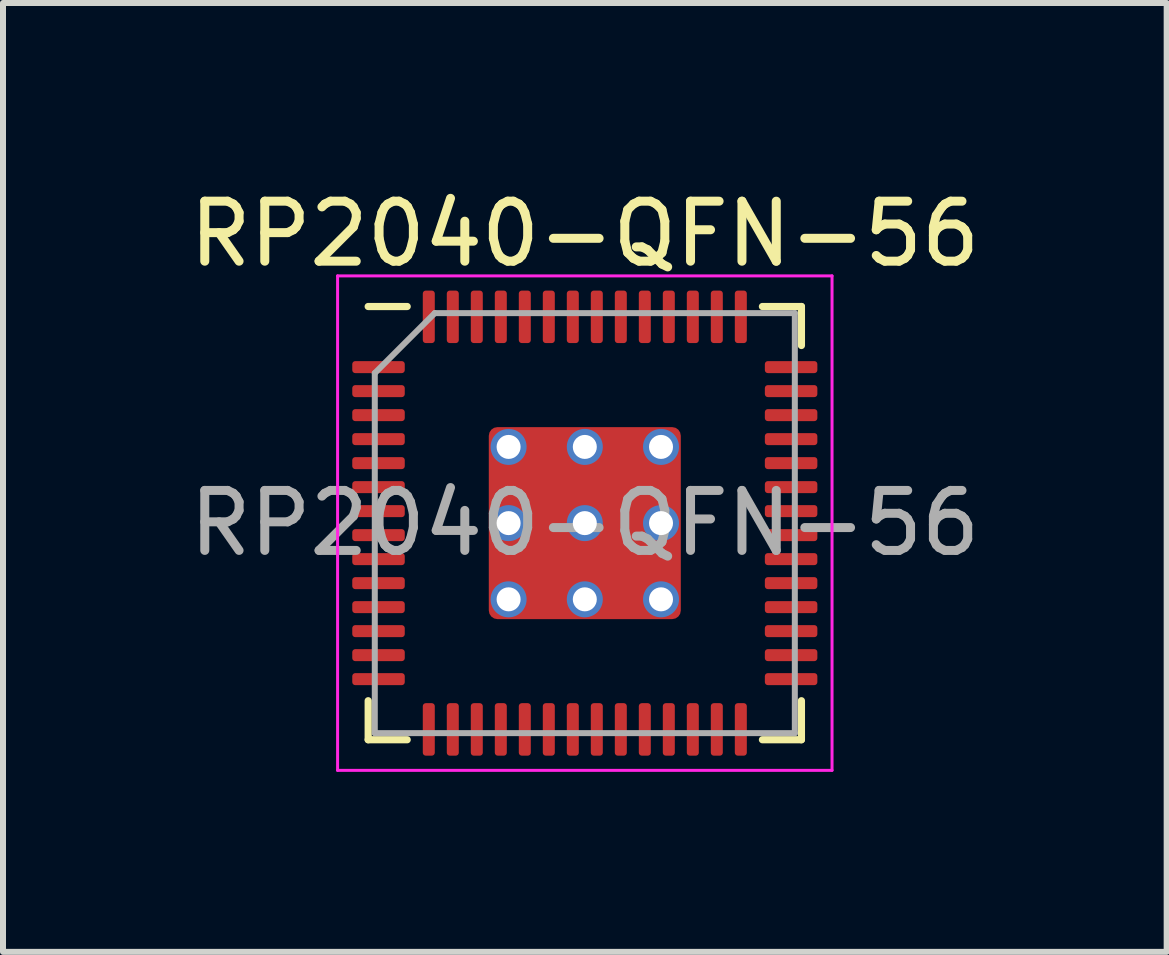
<source format=kicad_pcb>
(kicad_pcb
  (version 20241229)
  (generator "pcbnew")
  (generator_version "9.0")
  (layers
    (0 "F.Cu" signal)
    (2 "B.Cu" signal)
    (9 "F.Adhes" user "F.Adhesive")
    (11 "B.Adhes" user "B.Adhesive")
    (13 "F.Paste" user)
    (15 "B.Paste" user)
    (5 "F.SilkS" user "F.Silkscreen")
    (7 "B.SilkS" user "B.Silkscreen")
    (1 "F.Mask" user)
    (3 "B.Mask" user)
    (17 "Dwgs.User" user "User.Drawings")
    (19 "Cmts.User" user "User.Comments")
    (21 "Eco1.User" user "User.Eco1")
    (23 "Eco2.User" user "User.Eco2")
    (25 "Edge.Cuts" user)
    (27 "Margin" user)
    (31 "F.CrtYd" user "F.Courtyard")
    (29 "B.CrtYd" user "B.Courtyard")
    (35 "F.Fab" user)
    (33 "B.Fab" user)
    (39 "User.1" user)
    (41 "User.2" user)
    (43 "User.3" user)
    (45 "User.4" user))
  (footprint "RP2040-QFN-56"
    (layer "F.Cu")
    (at 6.696 5.668)
    (property "Reference" "RP2040-QFN-56" (at 0 -4.82 0) (layer "F.SilkS") (effects (font (size 1 1) (thickness 0.15))))
    (attr smd)
    (fp_line (start -3.61 3.61) (end -3.61 2.96) (stroke (width 0.12) (type solid)) (layer "F.SilkS"))
    (fp_line (start -2.96 -3.61) (end -3.61 -3.61) (stroke (width 0.12) (type solid)) (layer "F.SilkS"))
    (fp_line (start -2.96 3.61) (end -3.61 3.61) (stroke (width 0.12) (type solid)) (layer "F.SilkS"))
    (fp_line (start 2.96 -3.61) (end 3.61 -3.61) (stroke (width 0.12) (type solid)) (layer "F.SilkS"))
    (fp_line (start 2.96 3.61) (end 3.61 3.61) (stroke (width 0.12) (type solid)) (layer "F.SilkS"))
    (fp_line (start 3.61 -3.61) (end 3.61 -2.96) (stroke (width 0.12) (type solid)) (layer "F.SilkS"))
    (fp_line (start 3.61 3.61) (end 3.61 2.96) (stroke (width 0.12) (type solid)) (layer "F.SilkS"))
    (fp_line (start -4.12 -4.12) (end -4.12 4.12) (stroke (width 0.05) (type solid)) (layer "F.CrtYd"))
    (fp_line (start -4.12 4.12) (end 4.12 4.12) (stroke (width 0.05) (type solid)) (layer "F.CrtYd"))
    (fp_line (start 4.12 -4.12) (end -4.12 -4.12) (stroke (width 0.05) (type solid)) (layer "F.CrtYd"))
    (fp_line (start 4.12 4.12) (end 4.12 -4.12) (stroke (width 0.05) (type solid)) (layer "F.CrtYd"))
    (fp_line (start -3.5 -2.5) (end -2.5 -3.5) (stroke (width 0.1) (type solid)) (layer "F.Fab"))
    (fp_line (start -3.5 3.5) (end -3.5 -2.5) (stroke (width 0.1) (type solid)) (layer "F.Fab"))
    (fp_line (start -2.5 -3.5) (end 3.5 -3.5) (stroke (width 0.1) (type solid)) (layer "F.Fab"))
    (fp_line (start 3.5 -3.5) (end 3.5 3.5) (stroke (width 0.1) (type solid)) (layer "F.Fab"))
    (fp_line (start 3.5 3.5) (end -3.5 3.5) (stroke (width 0.1) (type solid)) (layer "F.Fab"))
    (fp_text user "${REFERENCE}" (at 0 0 0) (layer "F.Fab") (effects (font (size 1 1) (thickness 0.15))))
    (pad "" smd roundrect (at -0.637 -0.637) (size 1.084 1.084) (layers "F.Paste") (roundrect_rratio 0.231))
    (pad "" smd roundrect (at -0.637 0.637) (size 1.084 1.084) (layers "F.Paste") (roundrect_rratio 0.231))
    (pad "" smd roundrect (at 0.637 -0.637) (size 1.084 1.084) (layers "F.Paste") (roundrect_rratio 0.231))
    (pad "" smd roundrect (at 0.637 0.637) (size 1.084 1.084) (layers "F.Paste") (roundrect_rratio 0.231))
    (pad "1" smd roundrect (at -3.438 -2.6) (size 0.875 0.2) (layers "F.Cu" "F.Mask" "F.Paste") (roundrect_rratio 0.25))
    (pad "2" smd roundrect (at -3.438 -2.2) (size 0.875 0.2) (layers "F.Cu" "F.Mask" "F.Paste") (roundrect_rratio 0.25))
    (pad "3" smd roundrect (at -3.438 -1.8) (size 0.875 0.2) (layers "F.Cu" "F.Mask" "F.Paste") (roundrect_rratio 0.25))
    (pad "4" smd roundrect (at -3.438 -1.4) (size 0.875 0.2) (layers "F.Cu" "F.Mask" "F.Paste") (roundrect_rratio 0.25))
    (pad "5" smd roundrect (at -3.438 -1) (size 0.875 0.2) (layers "F.Cu" "F.Mask" "F.Paste") (roundrect_rratio 0.25))
    (pad "6" smd roundrect (at -3.438 -0.6) (size 0.875 0.2) (layers "F.Cu" "F.Mask" "F.Paste") (roundrect_rratio 0.25))
    (pad "7" smd roundrect (at -3.438 -0.2) (size 0.875 0.2) (layers "F.Cu" "F.Mask" "F.Paste") (roundrect_rratio 0.25))
    (pad "8" smd roundrect (at -3.438 0.2) (size 0.875 0.2) (layers "F.Cu" "F.Mask" "F.Paste") (roundrect_rratio 0.25))
    (pad "9" smd roundrect (at -3.438 0.6) (size 0.875 0.2) (layers "F.Cu" "F.Mask" "F.Paste") (roundrect_rratio 0.25))
    (pad "10" smd roundrect (at -3.438 1) (size 0.875 0.2) (layers "F.Cu" "F.Mask" "F.Paste") (roundrect_rratio 0.25))
    (pad "11" smd roundrect (at -3.438 1.4) (size 0.875 0.2) (layers "F.Cu" "F.Mask" "F.Paste") (roundrect_rratio 0.25))
    (pad "12" smd roundrect (at -3.438 1.8) (size 0.875 0.2) (layers "F.Cu" "F.Mask" "F.Paste") (roundrect_rratio 0.25))
    (pad "13" smd roundrect (at -3.438 2.2) (size 0.875 0.2) (layers "F.Cu" "F.Mask" "F.Paste") (roundrect_rratio 0.25))
    (pad "14" smd roundrect (at -3.438 2.6) (size 0.875 0.2) (layers "F.Cu" "F.Mask" "F.Paste") (roundrect_rratio 0.25))
    (pad "15" smd roundrect (at -2.6 3.438) (size 0.2 0.875) (layers "F.Cu" "F.Mask" "F.Paste") (roundrect_rratio 0.25))
    (pad "16" smd roundrect (at -2.2 3.438) (size 0.2 0.875) (layers "F.Cu" "F.Mask" "F.Paste") (roundrect_rratio 0.25))
    (pad "17" smd roundrect (at -1.8 3.438) (size 0.2 0.875) (layers "F.Cu" "F.Mask" "F.Paste") (roundrect_rratio 0.25))
    (pad "18" smd roundrect (at -1.4 3.438) (size 0.2 0.875) (layers "F.Cu" "F.Mask" "F.Paste") (roundrect_rratio 0.25))
    (pad "19" smd roundrect (at -1 3.438) (size 0.2 0.875) (layers "F.Cu" "F.Mask" "F.Paste") (roundrect_rratio 0.25))
    (pad "20" smd roundrect (at -0.6 3.438) (size 0.2 0.875) (layers "F.Cu" "F.Mask" "F.Paste") (roundrect_rratio 0.25))
    (pad "21" smd roundrect (at -0.2 3.438) (size 0.2 0.875) (layers "F.Cu" "F.Mask" "F.Paste") (roundrect_rratio 0.25))
    (pad "22" smd roundrect (at 0.2 3.438) (size 0.2 0.875) (layers "F.Cu" "F.Mask" "F.Paste") (roundrect_rratio 0.25))
    (pad "23" smd roundrect (at 0.6 3.438) (size 0.2 0.875) (layers "F.Cu" "F.Mask" "F.Paste") (roundrect_rratio 0.25))
    (pad "24" smd roundrect (at 1 3.438) (size 0.2 0.875) (layers "F.Cu" "F.Mask" "F.Paste") (roundrect_rratio 0.25))
    (pad "25" smd roundrect (at 1.4 3.438) (size 0.2 0.875) (layers "F.Cu" "F.Mask" "F.Paste") (roundrect_rratio 0.25))
    (pad "26" smd roundrect (at 1.8 3.438) (size 0.2 0.875) (layers "F.Cu" "F.Mask" "F.Paste") (roundrect_rratio 0.25))
    (pad "27" smd roundrect (at 2.2 3.438) (size 0.2 0.875) (layers "F.Cu" "F.Mask" "F.Paste") (roundrect_rratio 0.25))
    (pad "28" smd roundrect (at 2.6 3.438) (size 0.2 0.875) (layers "F.Cu" "F.Mask" "F.Paste") (roundrect_rratio 0.25))
    (pad "29" smd roundrect (at 3.438 2.6) (size 0.875 0.2) (layers "F.Cu" "F.Mask" "F.Paste") (roundrect_rratio 0.25))
    (pad "30" smd roundrect (at 3.438 2.2) (size 0.875 0.2) (layers "F.Cu" "F.Mask" "F.Paste") (roundrect_rratio 0.25))
    (pad "31" smd roundrect (at 3.438 1.8) (size 0.875 0.2) (layers "F.Cu" "F.Mask" "F.Paste") (roundrect_rratio 0.25))
    (pad "32" smd roundrect (at 3.438 1.4) (size 0.875 0.2) (layers "F.Cu" "F.Mask" "F.Paste") (roundrect_rratio 0.25))
    (pad "33" smd roundrect (at 3.438 1) (size 0.875 0.2) (layers "F.Cu" "F.Mask" "F.Paste") (roundrect_rratio 0.25))
    (pad "34" smd roundrect (at 3.438 0.6) (size 0.875 0.2) (layers "F.Cu" "F.Mask" "F.Paste") (roundrect_rratio 0.25))
    (pad "35" smd roundrect (at 3.438 0.2) (size 0.875 0.2) (layers "F.Cu" "F.Mask" "F.Paste") (roundrect_rratio 0.25))
    (pad "36" smd roundrect (at 3.438 -0.2) (size 0.875 0.2) (layers "F.Cu" "F.Mask" "F.Paste") (roundrect_rratio 0.25))
    (pad "37" smd roundrect (at 3.438 -0.6) (size 0.875 0.2) (layers "F.Cu" "F.Mask" "F.Paste") (roundrect_rratio 0.25))
    (pad "38" smd roundrect (at 3.438 -1) (size 0.875 0.2) (layers "F.Cu" "F.Mask" "F.Paste") (roundrect_rratio 0.25))
    (pad "39" smd roundrect (at 3.438 -1.4) (size 0.875 0.2) (layers "F.Cu" "F.Mask" "F.Paste") (roundrect_rratio 0.25))
    (pad "40" smd roundrect (at 3.438 -1.8) (size 0.875 0.2) (layers "F.Cu" "F.Mask" "F.Paste") (roundrect_rratio 0.25))
    (pad "41" smd roundrect (at 3.438 -2.2) (size 0.875 0.2) (layers "F.Cu" "F.Mask" "F.Paste") (roundrect_rratio 0.25))
    (pad "42" smd roundrect (at 3.438 -2.6) (size 0.875 0.2) (layers "F.Cu" "F.Mask" "F.Paste") (roundrect_rratio 0.25))
    (pad "43" smd roundrect (at 2.6 -3.438) (size 0.2 0.875) (layers "F.Cu" "F.Mask" "F.Paste") (roundrect_rratio 0.25))
    (pad "44" smd roundrect (at 2.2 -3.438) (size 0.2 0.875) (layers "F.Cu" "F.Mask" "F.Paste") (roundrect_rratio 0.25))
    (pad "45" smd roundrect (at 1.8 -3.438) (size 0.2 0.875) (layers "F.Cu" "F.Mask" "F.Paste") (roundrect_rratio 0.25))
    (pad "46" smd roundrect (at 1.4 -3.438) (size 0.2 0.875) (layers "F.Cu" "F.Mask" "F.Paste") (roundrect_rratio 0.25))
    (pad "47" smd roundrect (at 1 -3.438) (size 0.2 0.875) (layers "F.Cu" "F.Mask" "F.Paste") (roundrect_rratio 0.25))
    (pad "48" smd roundrect (at 0.6 -3.438) (size 0.2 0.875) (layers "F.Cu" "F.Mask" "F.Paste") (roundrect_rratio 0.25))
    (pad "49" smd roundrect (at 0.2 -3.438) (size 0.2 0.875) (layers "F.Cu" "F.Mask" "F.Paste") (roundrect_rratio 0.25))
    (pad "50" smd roundrect (at -0.2 -3.438) (size 0.2 0.875) (layers "F.Cu" "F.Mask" "F.Paste") (roundrect_rratio 0.25))
    (pad "51" smd roundrect (at -0.6 -3.438) (size 0.2 0.875) (layers "F.Cu" "F.Mask" "F.Paste") (roundrect_rratio 0.25))
    (pad "52" smd roundrect (at -1 -3.438) (size 0.2 0.875) (layers "F.Cu" "F.Mask" "F.Paste") (roundrect_rratio 0.25))
    (pad "53" smd roundrect (at -1.4 -3.438) (size 0.2 0.875) (layers "F.Cu" "F.Mask" "F.Paste") (roundrect_rratio 0.25))
    (pad "54" smd roundrect (at -1.8 -3.438) (size 0.2 0.875) (layers "F.Cu" "F.Mask" "F.Paste") (roundrect_rratio 0.25))
    (pad "55" smd roundrect (at -2.2 -3.438) (size 0.2 0.875) (layers "F.Cu" "F.Mask" "F.Paste") (roundrect_rratio 0.25))
    (pad "56" smd roundrect (at -2.6 -3.438) (size 0.2 0.875) (layers "F.Cu" "F.Mask" "F.Paste") (roundrect_rratio 0.25))
    (pad "57" thru_hole circle (at -1.27 -1.27) (size 0.6 0.6) (drill 0.4) (layers "*.Cu"))
    (pad "57" thru_hole circle (at -1.27 0) (size 0.6 0.6) (drill 0.4) (layers "*.Cu"))
    (pad "57" thru_hole circle (at -1.27 1.27) (size 0.6 0.6) (drill 0.4) (layers "*.Cu"))
    (pad "57" thru_hole circle (at 0 -1.27) (size 0.6 0.6) (drill 0.4) (layers "*.Cu"))
    (pad "57" thru_hole circle (at 0 0) (size 0.6 0.6) (drill 0.4) (layers "*.Cu"))
    (pad "57" smd roundrect (at 0 0) (size 3.2 3.2) (layers "F.Cu" "F.Mask") (roundrect_rratio 0.045))
    (pad "57" thru_hole circle (at 0 1.27) (size 0.6 0.6) (drill 0.4) (layers "*.Cu"))
    (pad "57" thru_hole circle (at 1.27 -1.27) (size 0.6 0.6) (drill 0.4) (layers "*.Cu"))
    (pad "57" thru_hole circle (at 1.27 0) (size 0.6 0.6) (drill 0.4) (layers "*.Cu"))
    (pad "57" thru_hole circle (at 1.27 1.27) (size 0.6 0.6) (drill 0.4) (layers "*.Cu")))
  (gr_rect
    (start -3 -3)
    (end 16.393 12.813)
    (stroke (width 0.1) (type default))
    (fill no)
    (layer "Edge.Cuts")))
</source>
